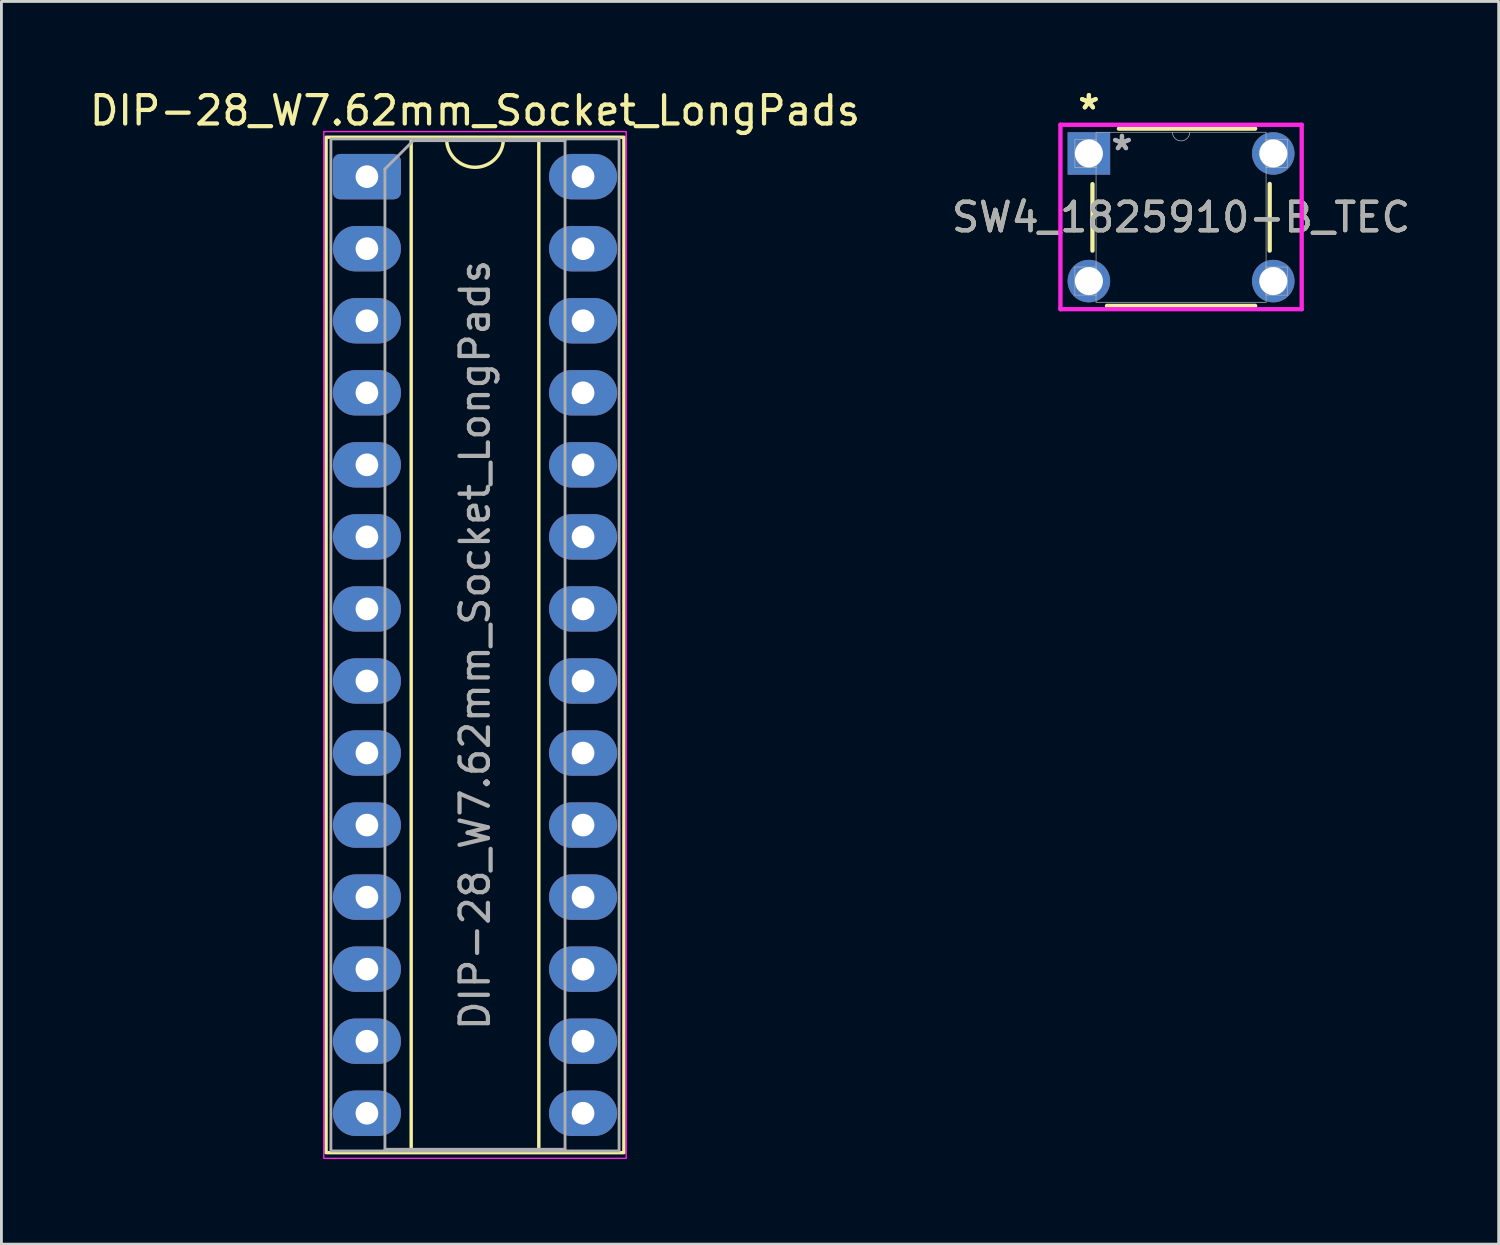
<source format=kicad_pcb>
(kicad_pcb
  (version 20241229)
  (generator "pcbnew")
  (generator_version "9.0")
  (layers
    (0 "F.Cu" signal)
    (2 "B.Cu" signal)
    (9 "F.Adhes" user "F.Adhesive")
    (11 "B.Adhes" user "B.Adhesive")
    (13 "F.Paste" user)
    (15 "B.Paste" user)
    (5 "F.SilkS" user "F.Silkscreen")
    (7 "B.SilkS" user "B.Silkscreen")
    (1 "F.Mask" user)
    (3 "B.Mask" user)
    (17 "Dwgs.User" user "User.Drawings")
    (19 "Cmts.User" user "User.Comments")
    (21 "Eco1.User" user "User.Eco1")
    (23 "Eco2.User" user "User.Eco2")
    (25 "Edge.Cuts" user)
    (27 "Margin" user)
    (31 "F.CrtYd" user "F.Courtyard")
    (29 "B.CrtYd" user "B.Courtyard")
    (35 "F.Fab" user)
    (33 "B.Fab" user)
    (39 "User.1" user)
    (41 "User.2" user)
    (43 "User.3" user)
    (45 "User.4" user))
  (footprint "SW4_1825910-B_TEC"
    (layer "F.Cu")
    (at 41.839 6.86)
    (property "Reference" "SW4_1825910-B_TEC" (at -3.25 -2.25 0) (unlocked yes) (layer "F.SilkS") (effects (font (size 1 1) (thickness 0.15))))
    (attr through_hole)
    (fp_line (start -6.374 -3.418) (end -6.374 -1.075) (stroke (width 0.152) (type solid)) (layer "F.SilkS"))
    (fp_line (start -5.862 0.874) (end -0.638 0.874) (stroke (width 0.152) (type solid)) (layer "F.SilkS"))
    (fp_line (start -0.638 -5.374) (end -5.442 -5.374) (stroke (width 0.152) (type solid)) (layer "F.SilkS"))
    (fp_line (start -0.126 -1.075) (end -0.126 -3.425) (stroke (width 0.152) (type solid)) (layer "F.SilkS"))
    (fp_line (start -7.503 -5.512) (end 1.003 -5.512) (stroke (width 0.152) (type solid)) (layer "F.CrtYd"))
    (fp_line (start -7.503 0.991) (end -7.503 -5.512) (stroke (width 0.152) (type solid)) (layer "F.CrtYd"))
    (fp_line (start 1.003 -5.512) (end 1.003 0.991) (stroke (width 0.152) (type solid)) (layer "F.CrtYd"))
    (fp_line (start 1.003 0.991) (end -7.503 0.991) (stroke (width 0.152) (type solid)) (layer "F.CrtYd"))
    (fp_line (start -6.995 -4.995) (end -6.995 -4.005) (stroke (width 0.025) (type solid)) (layer "F.Fab"))
    (fp_line (start -6.995 -4.005) (end -6.247 -4.005) (stroke (width 0.025) (type solid)) (layer "F.Fab"))
    (fp_line (start -6.995 -0.495) (end -6.995 0.495) (stroke (width 0.025) (type solid)) (layer "F.Fab"))
    (fp_line (start -6.995 0.495) (end -6.247 0.495) (stroke (width 0.025) (type solid)) (layer "F.Fab"))
    (fp_line (start -6.247 -5.247) (end -6.247 0.747) (stroke (width 0.025) (type solid)) (layer "F.Fab"))
    (fp_line (start -6.247 -4.995) (end -6.995 -4.995) (stroke (width 0.025) (type solid)) (layer "F.Fab"))
    (fp_line (start -6.247 -4.005) (end -6.247 -4.995) (stroke (width 0.025) (type solid)) (layer "F.Fab"))
    (fp_line (start -6.247 -0.495) (end -6.995 -0.495) (stroke (width 0.025) (type solid)) (layer "F.Fab"))
    (fp_line (start -6.247 0.495) (end -6.247 -0.495) (stroke (width 0.025) (type solid)) (layer "F.Fab"))
    (fp_line (start -6.247 0.747) (end -0.253 0.747) (stroke (width 0.025) (type solid)) (layer "F.Fab"))
    (fp_line (start -0.253 -5.247) (end -6.247 -5.247) (stroke (width 0.025) (type solid)) (layer "F.Fab"))
    (fp_line (start -0.253 -4.995) (end -0.253 -4.005) (stroke (width 0.025) (type solid)) (layer "F.Fab"))
    (fp_line (start -0.253 -4.005) (end 0.495 -4.005) (stroke (width 0.025) (type solid)) (layer "F.Fab"))
    (fp_line (start -0.253 -0.495) (end -0.253 0.495) (stroke (width 0.025) (type solid)) (layer "F.Fab"))
    (fp_line (start -0.253 0.495) (end 0.495 0.495) (stroke (width 0.025) (type solid)) (layer "F.Fab"))
    (fp_line (start -0.253 0.747) (end -0.253 -5.247) (stroke (width 0.025) (type solid)) (layer "F.Fab"))
    (fp_line (start 0.495 -4.995) (end -0.253 -4.995) (stroke (width 0.025) (type solid)) (layer "F.Fab"))
    (fp_line (start 0.495 -4.005) (end 0.495 -4.995) (stroke (width 0.025) (type solid)) (layer "F.Fab"))
    (fp_line (start 0.495 -0.495) (end -0.253 -0.495) (stroke (width 0.025) (type solid)) (layer "F.Fab"))
    (fp_line (start 0.495 0.495) (end 0.495 -0.495) (stroke (width 0.025) (type solid)) (layer "F.Fab"))
    (fp_arc (start -2.9452 -5.247201) (mid -3.25 -4.942401) (end -3.5548 -5.247201) (stroke (width 0.0254) (type solid)) (layer "F.Fab"))
    (fp_text user "*" (at -6.5 -6.011 0) (layer "F.SilkS") (effects (font (size 1 1) (thickness 0.15))))
    (fp_text user "*" (at -6.5 -6.011 0) (unlocked yes) (layer "F.SilkS") (effects (font (size 1 1) (thickness 0.15))))
    (fp_text user "*" (at -5.334 -4.572 0) (layer "F.Fab") (effects (font (size 1 1) (thickness 0.15))))
    (fp_text user "*" (at -5.334 -4.572 0) (unlocked yes) (layer "F.Fab") (effects (font (size 1 1) (thickness 0.15))))
    (fp_text user "${REFERENCE}" (at -3.25 -2.25 0) (unlocked yes) (layer "F.Fab") (effects (font (size 1 1) (thickness 0.15))))
    (pad "1" thru_hole rect (at -6.5 -4.5) (size 1.499 1.499) (drill 0.991) (layers "*.Cu" "*.Mask"))
    (pad "2" thru_hole circle (at 0 -4.5) (size 1.499 1.499) (drill 0.991) (layers "*.Cu" "*.Mask"))
    (pad "3" thru_hole circle (at -6.5 0) (size 1.499 1.499) (drill 0.991) (layers "*.Cu" "*.Mask"))
    (pad "4" thru_hole circle (at 0 0) (size 1.499 1.499) (drill 0.991) (layers "*.Cu" "*.Mask")))
  (footprint "DIP-28_W7.62mm_Socket_LongPads"
    (layer "F.Cu")
    (at 9.886 3.178)
    (property "Reference" "DIP-28_W7.62mm_Socket_LongPads" (at 3.81 -2.33 0) (layer "F.SilkS") (effects (font (size 1 1) (thickness 0.15))))
    (attr through_hole)
    (fp_line (start 1.56 -1.33) (end 1.56 34.35) (stroke (width 0.12) (type solid)) (layer "F.SilkS"))
    (fp_line (start 1.56 34.35) (end 6.06 34.35) (stroke (width 0.12) (type solid)) (layer "F.SilkS"))
    (fp_line (start 2.81 -1.33) (end 1.56 -1.33) (stroke (width 0.12) (type solid)) (layer "F.SilkS"))
    (fp_line (start 6.06 -1.33) (end 4.81 -1.33) (stroke (width 0.12) (type solid)) (layer "F.SilkS"))
    (fp_line (start 6.06 34.35) (end 6.06 -1.33) (stroke (width 0.12) (type solid)) (layer "F.SilkS"))
    (fp_rect (start -1.44 -1.39) (end 9.06 34.41) (stroke (width 0.12) (type solid)) (fill no) (layer "F.SilkS"))
    (fp_arc (start 4.81 -1.33) (mid 3.81 -0.33) (end 2.81 -1.33) (stroke (width 0.12) (type solid)) (layer "F.SilkS"))
    (fp_rect (start -1.52 -1.59) (end 9.14 34.61) (stroke (width 0.05) (type solid)) (fill no) (layer "F.CrtYd"))
    (fp_line (start 0.635 -0.27) (end 1.635 -1.27) (stroke (width 0.1) (type solid)) (layer "F.Fab"))
    (fp_line (start 0.635 34.29) (end 0.635 -0.27) (stroke (width 0.1) (type solid)) (layer "F.Fab"))
    (fp_line (start 1.635 -1.27) (end 6.985 -1.27) (stroke (width 0.1) (type solid)) (layer "F.Fab"))
    (fp_line (start 6.985 -1.27) (end 6.985 34.29) (stroke (width 0.1) (type solid)) (layer "F.Fab"))
    (fp_line (start 6.985 34.29) (end 0.635 34.29) (stroke (width 0.1) (type solid)) (layer "F.Fab"))
    (fp_rect (start -1.27 -1.33) (end 8.89 34.35) (stroke (width 0.1) (type solid)) (fill no) (layer "F.Fab"))
    (fp_text user "${REFERENCE}" (at 3.81 16.51 90) (layer "F.Fab") (effects (font (size 1 1) (thickness 0.15))))
    (pad "1" thru_hole roundrect (at 0 0) (size 2.4 1.6) (drill 0.8) (layers "*.Cu" "*.Mask") (roundrect_rratio 0.156))
    (pad "2" thru_hole oval (at 0 2.54) (size 2.4 1.6) (drill 0.8) (layers "*.Cu" "*.Mask"))
    (pad "3" thru_hole oval (at 0 5.08) (size 2.4 1.6) (drill 0.8) (layers "*.Cu" "*.Mask"))
    (pad "4" thru_hole oval (at 0 7.62) (size 2.4 1.6) (drill 0.8) (layers "*.Cu" "*.Mask"))
    (pad "5" thru_hole oval (at 0 10.16) (size 2.4 1.6) (drill 0.8) (layers "*.Cu" "*.Mask"))
    (pad "6" thru_hole oval (at 0 12.7) (size 2.4 1.6) (drill 0.8) (layers "*.Cu" "*.Mask"))
    (pad "7" thru_hole oval (at 0 15.24) (size 2.4 1.6) (drill 0.8) (layers "*.Cu" "*.Mask"))
    (pad "8" thru_hole oval (at 0 17.78) (size 2.4 1.6) (drill 0.8) (layers "*.Cu" "*.Mask"))
    (pad "9" thru_hole oval (at 0 20.32) (size 2.4 1.6) (drill 0.8) (layers "*.Cu" "*.Mask"))
    (pad "10" thru_hole oval (at 0 22.86) (size 2.4 1.6) (drill 0.8) (layers "*.Cu" "*.Mask"))
    (pad "11" thru_hole oval (at 0 25.4) (size 2.4 1.6) (drill 0.8) (layers "*.Cu" "*.Mask"))
    (pad "12" thru_hole oval (at 0 27.94) (size 2.4 1.6) (drill 0.8) (layers "*.Cu" "*.Mask"))
    (pad "13" thru_hole oval (at 0 30.48) (size 2.4 1.6) (drill 0.8) (layers "*.Cu" "*.Mask"))
    (pad "14" thru_hole oval (at 0 33.02) (size 2.4 1.6) (drill 0.8) (layers "*.Cu" "*.Mask"))
    (pad "15" thru_hole oval (at 7.62 33.02) (size 2.4 1.6) (drill 0.8) (layers "*.Cu" "*.Mask"))
    (pad "16" thru_hole oval (at 7.62 30.48) (size 2.4 1.6) (drill 0.8) (layers "*.Cu" "*.Mask"))
    (pad "17" thru_hole oval (at 7.62 27.94) (size 2.4 1.6) (drill 0.8) (layers "*.Cu" "*.Mask"))
    (pad "18" thru_hole oval (at 7.62 25.4) (size 2.4 1.6) (drill 0.8) (layers "*.Cu" "*.Mask"))
    (pad "19" thru_hole oval (at 7.62 22.86) (size 2.4 1.6) (drill 0.8) (layers "*.Cu" "*.Mask"))
    (pad "20" thru_hole oval (at 7.62 20.32) (size 2.4 1.6) (drill 0.8) (layers "*.Cu" "*.Mask"))
    (pad "21" thru_hole oval (at 7.62 17.78) (size 2.4 1.6) (drill 0.8) (layers "*.Cu" "*.Mask"))
    (pad "22" thru_hole oval (at 7.62 15.24) (size 2.4 1.6) (drill 0.8) (layers "*.Cu" "*.Mask"))
    (pad "23" thru_hole oval (at 7.62 12.7) (size 2.4 1.6) (drill 0.8) (layers "*.Cu" "*.Mask"))
    (pad "24" thru_hole oval (at 7.62 10.16) (size 2.4 1.6) (drill 0.8) (layers "*.Cu" "*.Mask"))
    (pad "25" thru_hole oval (at 7.62 7.62) (size 2.4 1.6) (drill 0.8) (layers "*.Cu" "*.Mask"))
    (pad "26" thru_hole oval (at 7.62 5.08) (size 2.4 1.6) (drill 0.8) (layers "*.Cu" "*.Mask"))
    (pad "27" thru_hole oval (at 7.62 2.54) (size 2.4 1.6) (drill 0.8) (layers "*.Cu" "*.Mask"))
    (pad "28" thru_hole oval (at 7.62 0) (size 2.4 1.6) (drill 0.8) (layers "*.Cu" "*.Mask")))
  (gr_rect
    (start -3 -3)
    (end 49.786 40.813)
    (stroke (width 0.1) (type default))
    (fill no)
    (layer "Edge.Cuts")))
</source>
